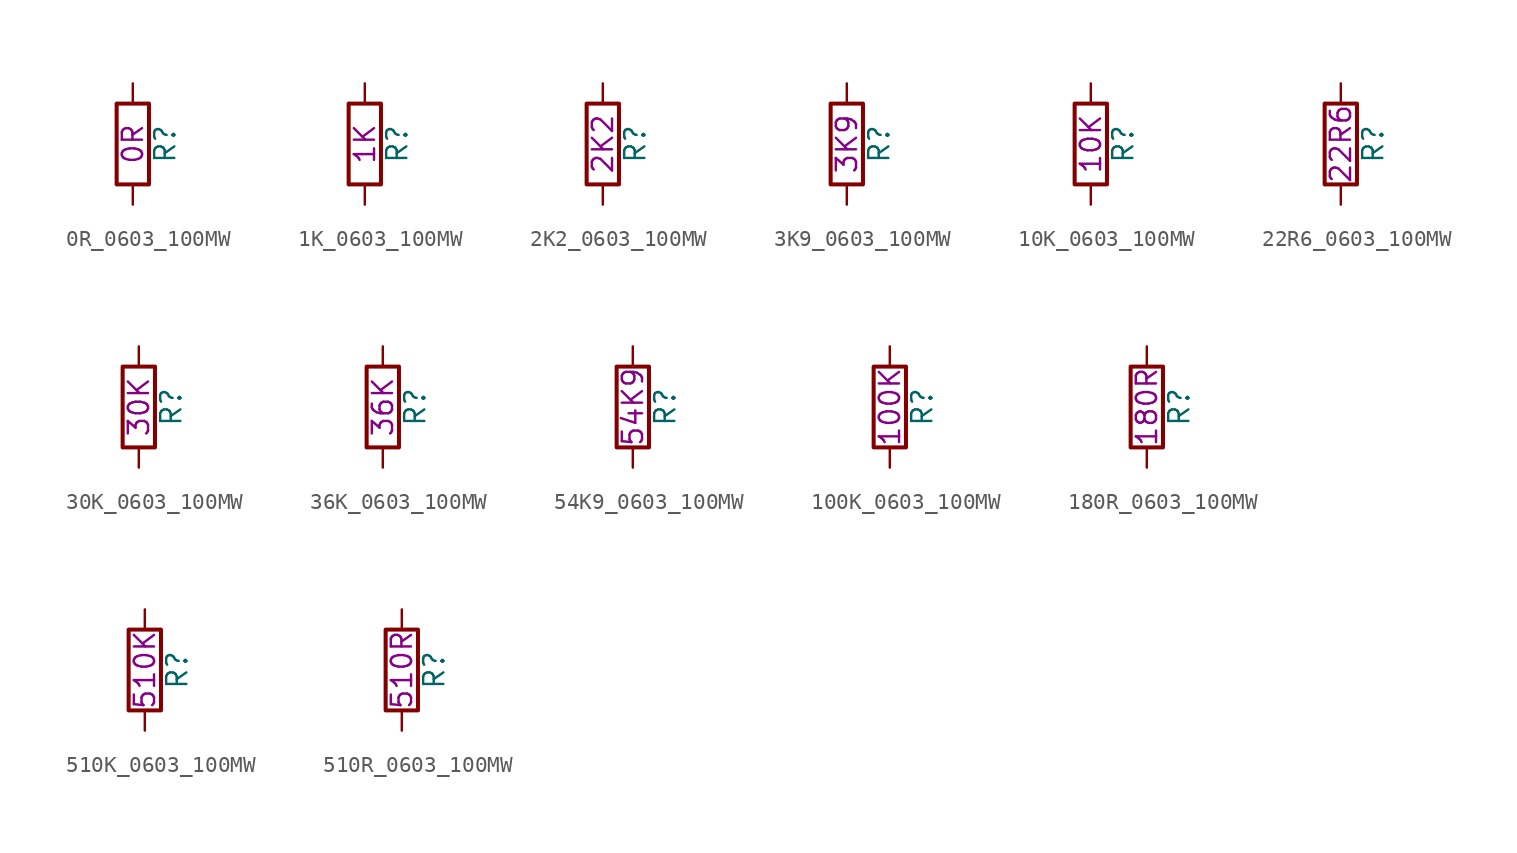
<source format=kicad_sym>
(kicad_symbol_lib
  (version 20211014)
  (generator kicad_symbol_editor)
  (symbol "0R_0603_100MW"
    (pin_numbers hide)
    (pin_names
      (offset 0))
    (property "Reference" "R"
      (at 2.032 0 90)
      (effects (font (size 1.27 1.27))))
    (property "Resistance" "0R"
      (at 0 0 90)
      (effects (font (size 1.27 1.27))))
    (symbol "0R_0603_100MW_0_1"
      (rectangle (start -1.016 -2.54) (end 1.016 2.54) (stroke (width 0.254) (type default) (color 0 0 0 0)) (fill (type none))))
    (symbol "0R_0603_100MW_1_1"
      (pin passive line (at 0 3.81 270) (length 1.27) (name "~" (effects (font (size 1.27 1.27)))) (number "1" (effects (font (size 1.27 1.27)))))
      (pin passive line (at 0 -3.81 90) (length 1.27) (name "~" (effects (font (size 1.27 1.27)))) (number "2" (effects (font (size 1.27 1.27)))))))
  (symbol "1K_0603_100MW"
    (pin_numbers hide)
    (pin_names
      (offset 0))
    (property "Reference" "R"
      (at 2.032 0 90)
      (effects (font (size 1.27 1.27))))
    (property "Resistance" "1K"
      (at 0 0 90)
      (effects (font (size 1.27 1.27))))
    (symbol "1K_0603_100MW_0_1"
      (rectangle (start -1.016 -2.54) (end 1.016 2.54) (stroke (width 0.254) (type default) (color 0 0 0 0)) (fill (type none))))
    (symbol "1K_0603_100MW_1_1"
      (pin passive line (at 0 3.81 270) (length 1.27) (name "~" (effects (font (size 1.27 1.27)))) (number "1" (effects (font (size 1.27 1.27)))))
      (pin passive line (at 0 -3.81 90) (length 1.27) (name "~" (effects (font (size 1.27 1.27)))) (number "2" (effects (font (size 1.27 1.27)))))))
  (symbol "2K2_0603_100MW"
    (pin_numbers hide)
    (pin_names
      (offset 0))
    (property "Reference" "R"
      (at 2.032 0 90)
      (effects (font (size 1.27 1.27))))
    (property "Resistance" "2K2"
      (at 0 0 90)
      (effects (font (size 1.27 1.27))))
    (symbol "2K2_0603_100MW_0_1"
      (rectangle (start -1.016 -2.54) (end 1.016 2.54) (stroke (width 0.254) (type default) (color 0 0 0 0)) (fill (type none))))
    (symbol "2K2_0603_100MW_1_1"
      (pin passive line (at 0 3.81 270) (length 1.27) (name "~" (effects (font (size 1.27 1.27)))) (number "1" (effects (font (size 1.27 1.27)))))
      (pin passive line (at 0 -3.81 90) (length 1.27) (name "~" (effects (font (size 1.27 1.27)))) (number "2" (effects (font (size 1.27 1.27)))))))
  (symbol "3K9_0603_100MW"
    (pin_numbers hide)
    (pin_names
      (offset 0))
    (property "Reference" "R"
      (at 2.032 0 90)
      (effects (font (size 1.27 1.27))))
    (property "Resistance" "3K9"
      (at 0 0 90)
      (effects (font (size 1.27 1.27))))
    (symbol "3K9_0603_100MW_0_1"
      (rectangle (start -1.016 -2.54) (end 1.016 2.54) (stroke (width 0.254) (type default) (color 0 0 0 0)) (fill (type none))))
    (symbol "3K9_0603_100MW_1_1"
      (pin passive line (at 0 3.81 270) (length 1.27) (name "~" (effects (font (size 1.27 1.27)))) (number "1" (effects (font (size 1.27 1.27)))))
      (pin passive line (at 0 -3.81 90) (length 1.27) (name "~" (effects (font (size 1.27 1.27)))) (number "2" (effects (font (size 1.27 1.27)))))))
  (symbol "10K_0603_100MW"
    (pin_numbers hide)
    (pin_names
      (offset 0))
    (property "Reference" "R"
      (at 2.032 0 90)
      (effects (font (size 1.27 1.27))))
    (property "Resistance" "10K"
      (at 0 0 90)
      (effects (font (size 1.27 1.27))))
    (symbol "10K_0603_100MW_0_1"
      (rectangle (start -1.016 -2.54) (end 1.016 2.54) (stroke (width 0.254) (type default) (color 0 0 0 0)) (fill (type none))))
    (symbol "10K_0603_100MW_1_1"
      (pin passive line (at 0 3.81 270) (length 1.27) (name "~" (effects (font (size 1.27 1.27)))) (number "1" (effects (font (size 1.27 1.27)))))
      (pin passive line (at 0 -3.81 90) (length 1.27) (name "~" (effects (font (size 1.27 1.27)))) (number "2" (effects (font (size 1.27 1.27)))))))
  (symbol "22R6_0603_100MW"
    (pin_numbers hide)
    (pin_names
      (offset 0))
    (property "Reference" "R"
      (at 2.032 0 90)
      (effects (font (size 1.27 1.27))))
    (property "Resistance" "22R6"
      (at 0 0 90)
      (effects (font (size 1.27 1.27))))
    (symbol "22R6_0603_100MW_0_1"
      (rectangle (start -1.016 -2.54) (end 1.016 2.54) (stroke (width 0.254) (type default) (color 0 0 0 0)) (fill (type none))))
    (symbol "22R6_0603_100MW_1_1"
      (pin passive line (at 0 3.81 270) (length 1.27) (name "~" (effects (font (size 1.27 1.27)))) (number "1" (effects (font (size 1.27 1.27)))))
      (pin passive line (at 0 -3.81 90) (length 1.27) (name "~" (effects (font (size 1.27 1.27)))) (number "2" (effects (font (size 1.27 1.27)))))))
  (symbol "30K_0603_100MW"
    (pin_numbers hide)
    (pin_names
      (offset 0))
    (property "Reference" "R"
      (at 2.032 0 90)
      (effects (font (size 1.27 1.27))))
    (property "Resistance" "30K"
      (at 0 0 90)
      (effects (font (size 1.27 1.27))))
    (symbol "30K_0603_100MW_0_1"
      (rectangle (start -1.016 -2.54) (end 1.016 2.54) (stroke (width 0.254) (type default) (color 0 0 0 0)) (fill (type none))))
    (symbol "30K_0603_100MW_1_1"
      (pin passive line (at 0 3.81 270) (length 1.27) (name "~" (effects (font (size 1.27 1.27)))) (number "1" (effects (font (size 1.27 1.27)))))
      (pin passive line (at 0 -3.81 90) (length 1.27) (name "~" (effects (font (size 1.27 1.27)))) (number "2" (effects (font (size 1.27 1.27)))))))
  (symbol "36K_0603_100MW"
    (pin_numbers hide)
    (pin_names
      (offset 0))
    (property "Reference" "R"
      (at 2.032 0 90)
      (effects (font (size 1.27 1.27))))
    (property "Resistance" "36K"
      (at 0 0 90)
      (effects (font (size 1.27 1.27))))
    (symbol "36K_0603_100MW_0_1"
      (rectangle (start -1.016 -2.54) (end 1.016 2.54) (stroke (width 0.254) (type default) (color 0 0 0 0)) (fill (type none))))
    (symbol "36K_0603_100MW_1_1"
      (pin passive line (at 0 3.81 270) (length 1.27) (name "~" (effects (font (size 1.27 1.27)))) (number "1" (effects (font (size 1.27 1.27)))))
      (pin passive line (at 0 -3.81 90) (length 1.27) (name "~" (effects (font (size 1.27 1.27)))) (number "2" (effects (font (size 1.27 1.27)))))))
  (symbol "54K9_0603_100MW"
    (pin_numbers hide)
    (pin_names
      (offset 0))
    (property "Reference" "R"
      (at 2.032 0 90)
      (effects (font (size 1.27 1.27))))
    (property "Resistance" "54K9"
      (at 0 0 90)
      (effects (font (size 1.27 1.27))))
    (symbol "54K9_0603_100MW_0_1"
      (rectangle (start -1.016 -2.54) (end 1.016 2.54) (stroke (width 0.254) (type default) (color 0 0 0 0)) (fill (type none))))
    (symbol "54K9_0603_100MW_1_1"
      (pin passive line (at 0 3.81 270) (length 1.27) (name "~" (effects (font (size 1.27 1.27)))) (number "1" (effects (font (size 1.27 1.27)))))
      (pin passive line (at 0 -3.81 90) (length 1.27) (name "~" (effects (font (size 1.27 1.27)))) (number "2" (effects (font (size 1.27 1.27)))))))
  (symbol "100K_0603_100MW"
    (pin_numbers hide)
    (pin_names
      (offset 0))
    (property "Reference" "R"
      (at 2.032 0 90)
      (effects (font (size 1.27 1.27))))
    (property "Resistance" "100K"
      (at 0 0 90)
      (effects (font (size 1.27 1.27))))
    (symbol "100K_0603_100MW_0_1"
      (rectangle (start -1.016 -2.54) (end 1.016 2.54) (stroke (width 0.254) (type default) (color 0 0 0 0)) (fill (type none))))
    (symbol "100K_0603_100MW_1_1"
      (pin passive line (at 0 3.81 270) (length 1.27) (name "~" (effects (font (size 1.27 1.27)))) (number "1" (effects (font (size 1.27 1.27)))))
      (pin passive line (at 0 -3.81 90) (length 1.27) (name "~" (effects (font (size 1.27 1.27)))) (number "2" (effects (font (size 1.27 1.27)))))))
  (symbol "180R_0603_100MW"
    (pin_numbers hide)
    (pin_names
      (offset 0))
    (property "Reference" "R"
      (at 2.032 0 90)
      (effects (font (size 1.27 1.27))))
    (property "Resistance" "180R"
      (at 0 0 90)
      (effects (font (size 1.27 1.27))))
    (symbol "180R_0603_100MW_0_1"
      (rectangle (start -1.016 -2.54) (end 1.016 2.54) (stroke (width 0.254) (type default) (color 0 0 0 0)) (fill (type none))))
    (symbol "180R_0603_100MW_1_1"
      (pin passive line (at 0 3.81 270) (length 1.27) (name "~" (effects (font (size 1.27 1.27)))) (number "1" (effects (font (size 1.27 1.27)))))
      (pin passive line (at 0 -3.81 90) (length 1.27) (name "~" (effects (font (size 1.27 1.27)))) (number "2" (effects (font (size 1.27 1.27)))))))
  (symbol "510K_0603_100MW"
    (pin_numbers hide)
    (pin_names
      (offset 0))
    (property "Reference" "R"
      (at 2.032 0 90)
      (effects (font (size 1.27 1.27))))
    (property "Resistance" "510K"
      (at 0 0 90)
      (effects (font (size 1.27 1.27))))
    (symbol "510K_0603_100MW_0_1"
      (rectangle (start -1.016 -2.54) (end 1.016 2.54) (stroke (width 0.254) (type default) (color 0 0 0 0)) (fill (type none))))
    (symbol "510K_0603_100MW_1_1"
      (pin passive line (at 0 3.81 270) (length 1.27) (name "~" (effects (font (size 1.27 1.27)))) (number "1" (effects (font (size 1.27 1.27)))))
      (pin passive line (at 0 -3.81 90) (length 1.27) (name "~" (effects (font (size 1.27 1.27)))) (number "2" (effects (font (size 1.27 1.27)))))))
  (symbol "510R_0603_100MW"
    (pin_numbers hide)
    (pin_names
      (offset 0))
    (property "Reference" "R"
      (at 2.032 0 90)
      (effects (font (size 1.27 1.27))))
    (property "Resistance" "510R"
      (at 0 0 90)
      (effects (font (size 1.27 1.27))))
    (symbol "510R_0603_100MW_0_1"
      (rectangle (start -1.016 -2.54) (end 1.016 2.54) (stroke (width 0.254) (type default) (color 0 0 0 0)) (fill (type none))))
    (symbol "510R_0603_100MW_1_1"
      (pin passive line (at 0 3.81 270) (length 1.27) (name "~" (effects (font (size 1.27 1.27)))) (number "1" (effects (font (size 1.27 1.27)))))
      (pin passive line (at 0 -3.81 90) (length 1.27) (name "~" (effects (font (size 1.27 1.27)))) (number "2" (effects (font (size 1.27 1.27))))))))
</source>
